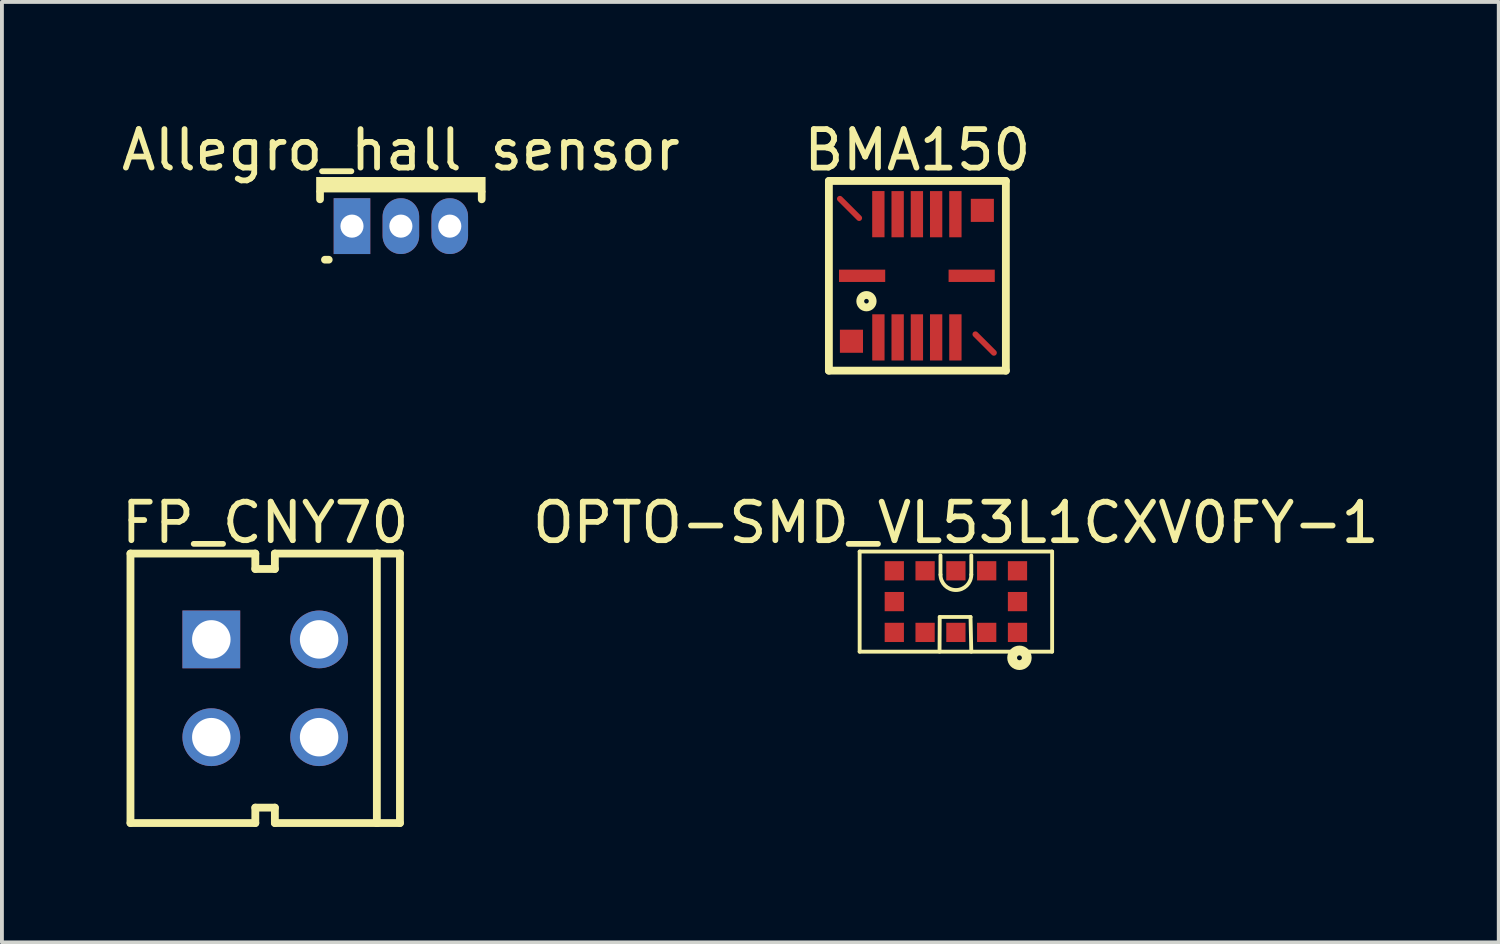
<source format=kicad_pcb>
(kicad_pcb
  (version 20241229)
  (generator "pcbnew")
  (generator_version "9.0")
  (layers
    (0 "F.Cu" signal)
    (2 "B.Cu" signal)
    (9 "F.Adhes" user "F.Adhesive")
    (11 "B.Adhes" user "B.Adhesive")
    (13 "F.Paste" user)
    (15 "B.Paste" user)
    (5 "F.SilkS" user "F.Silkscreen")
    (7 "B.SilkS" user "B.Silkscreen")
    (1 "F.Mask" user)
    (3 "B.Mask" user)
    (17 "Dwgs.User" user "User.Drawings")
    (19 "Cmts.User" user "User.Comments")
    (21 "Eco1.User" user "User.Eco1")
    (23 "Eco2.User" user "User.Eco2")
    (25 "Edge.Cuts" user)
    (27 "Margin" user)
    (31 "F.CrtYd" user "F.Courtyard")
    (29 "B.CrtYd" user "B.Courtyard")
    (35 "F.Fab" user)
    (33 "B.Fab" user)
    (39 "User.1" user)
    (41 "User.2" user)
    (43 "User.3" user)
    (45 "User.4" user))
  (footprint "FP_CNY70"
    (layer "F.Cu")
    (at 3.839 14.829)
    (property "Reference" "FP_CNY70" (at 0 -4.302 0) (layer "F.SilkS") (effects (font (size 1 1) (thickness 0.15))))
    (fp_line (start -3.5 -3.5) (end -0.257 -3.5) (stroke (width 0.203) (type solid)) (layer "F.SilkS"))
    (fp_line (start -3.5 3.5) (end -3.5 -3.5) (stroke (width 0.203) (type solid)) (layer "F.SilkS"))
    (fp_line (start -3.5 3.5) (end -0.257 3.5) (stroke (width 0.203) (type solid)) (layer "F.SilkS"))
    (fp_line (start -0.257 -3.1) (end -0.257 -3.5) (stroke (width 0.203) (type solid)) (layer "F.SilkS"))
    (fp_line (start -0.257 -3.1) (end 0.251 -3.1) (stroke (width 0.203) (type solid)) (layer "F.SilkS"))
    (fp_line (start -0.257 3.1) (end 0.251 3.1) (stroke (width 0.203) (type solid)) (layer "F.SilkS"))
    (fp_line (start -0.257 3.5) (end -0.257 3.1) (stroke (width 0.203) (type solid)) (layer "F.SilkS"))
    (fp_line (start 0.251 -3.5) (end 2.918 -3.5) (stroke (width 0.203) (type solid)) (layer "F.SilkS"))
    (fp_line (start 0.251 -3.1) (end 0.251 -3.5) (stroke (width 0.203) (type solid)) (layer "F.SilkS"))
    (fp_line (start 0.251 3.5) (end 0.251 3.1) (stroke (width 0.203) (type solid)) (layer "F.SilkS"))
    (fp_line (start 0.251 3.5) (end 2.918 3.5) (stroke (width 0.203) (type solid)) (layer "F.SilkS"))
    (fp_line (start 2.9 -3.5) (end 3.5 -3.5) (stroke (width 0.203) (type solid)) (layer "F.SilkS"))
    (fp_line (start 2.9 3.5) (end 2.9 -3.5) (stroke (width 0.203) (type solid)) (layer "F.SilkS"))
    (fp_line (start 2.9 3.5) (end 3.5 3.5) (stroke (width 0.203) (type solid)) (layer "F.SilkS"))
    (fp_line (start 3.5 3.5) (end 3.5 -3.5) (stroke (width 0.203) (type solid)) (layer "F.SilkS"))
    (pad "A" thru_hole rect (at -1.4 -1.27) (size 1.5 1.5) (drill 1) (layers "*.Cu" "*.Mask"))
    (pad "C" thru_hole circle (at 1.4 1.27) (size 1.5 1.5) (drill 1) (layers "*.Cu" "*.Mask"))
    (pad "E" thru_hole circle (at 1.4 -1.27) (size 1.5 1.5) (drill 1) (layers "*.Cu" "*.Mask"))
    (pad "K" thru_hole circle (at -1.4 1.27) (size 1.5 1.5) (drill 1) (layers "*.Cu" "*.Mask")))
  (footprint "BMA150"
    (layer "F.Cu")
    (at 20.767 4.114)
    (property "Reference" "BMA150" (at 0.013 -3.265 0) (layer "F.SilkS") (effects (font (size 1 1) (thickness 0.15))))
    (fp_line (start -2 -2) (end -1.5 -1.5) (stroke (width 0.152) (type solid)) (layer "F.Cu"))
    (fp_line (start 1.52 1.52) (end 2 2) (stroke (width 0.152) (type solid)) (layer "F.Cu"))
    (fp_line (start -2.286 -2.464) (end 2.311 -2.464) (stroke (width 0.203) (type solid)) (layer "F.SilkS"))
    (fp_line (start -2.286 2.464) (end -2.286 -2.464) (stroke (width 0.203) (type solid)) (layer "F.SilkS"))
    (fp_line (start -2.286 2.464) (end 2.311 2.464) (stroke (width 0.203) (type solid)) (layer "F.SilkS"))
    (fp_line (start 2.311 2.464) (end 2.311 -2.464) (stroke (width 0.203) (type solid)) (layer "F.SilkS"))
    (fp_circle (center -1.31 0.66) (end -1.31 0.6) (stroke (width 0.203) (type solid)) (fill no) (layer "F.SilkS"))
    (pad "" smd rect (at -1.7 1.7) (size 0.6 0.6) (layers "F.Cu"))
    (pad "" smd rect (at 1.7 -1.7) (size 0.6 0.6) (layers "F.Cu"))
    (pad "1" smd rect (at -1 1.6) (size 0.32 1.2) (layers "F.Cu" "F.Mask" "F.Paste"))
    (pad "2" smd rect (at -0.5 1.6) (size 0.32 1.2) (layers "F.Cu" "F.Mask" "F.Paste"))
    (pad "3" smd rect (at 0 1.6) (size 0.32 1.2) (layers "F.Cu" "F.Mask" "F.Paste"))
    (pad "4" smd rect (at 0.5 1.6) (size 0.32 1.2) (layers "F.Cu" "F.Mask" "F.Paste"))
    (pad "5" smd rect (at 1 1.6) (size 0.32 1.2) (layers "F.Cu" "F.Mask" "F.Paste"))
    (pad "6" smd rect (at 1 -1.6) (size 0.32 1.2) (layers "F.Cu" "F.Mask" "F.Paste"))
    (pad "7" smd rect (at 0.5 -1.6) (size 0.32 1.2) (layers "F.Cu" "F.Mask" "F.Paste"))
    (pad "8" smd rect (at 0 -1.6) (size 0.32 1.2) (layers "F.Cu" "F.Mask" "F.Paste"))
    (pad "9" smd rect (at -0.5 -1.6) (size 0.32 1.2) (layers "F.Cu" "F.Mask" "F.Paste"))
    (pad "10" smd rect (at -1.001 -1.601) (size 0.32 1.2) (layers "F.Cu" "F.Mask" "F.Paste"))
    (pad "11" smd rect (at -1.423 0) (size 1.2 0.32) (layers "F.Cu" "F.Mask" "F.Paste"))
    (pad "12" smd rect (at 1.423 0) (size 1.2 0.32) (layers "F.Cu" "F.Mask" "F.Paste")))
  (footprint "Allegro_hall sensor"
    (layer "F.Cu")
    (at 7.363 2.824)
    (property "Reference" "Allegro_hall sensor" (at 0 -1.976 0) (layer "F.SilkS") (effects (font (size 1 1) (thickness 0.15))))
    (fp_line (start -2.1 -0.696) (end -2.1 -0.876) (stroke (width 0.2) (type solid)) (layer "F.SilkS"))
    (fp_line (start -1.973 0.872) (end -1.873 0.872) (stroke (width 0.2) (type solid)) (layer "F.SilkS"))
    (fp_line (start 2.1 -0.696) (end 2.1 -0.876) (stroke (width 0.2) (type solid)) (layer "F.SilkS"))
    (fp_rect (start -2.2 -0.876) (end 2.2 -1.276) (stroke (width 0) (type default)) (fill yes) (layer "F.SilkS"))
    (fp_rect (start -2.1 -0.876) (end 2.1 -0.876) (stroke (width 0) (type default)) (fill yes) (layer "F.SilkS"))
    (pad "+" thru_hole rect (at -1.27 0) (size 0.95 1.45) (drill 0.6) (layers "*.Cu" "*.Mask"))
    (pad "-" thru_hole oval (at 0 0) (size 0.95 1.45) (drill 0.6) (layers "*.Cu" "*.Mask"))
    (pad "o" thru_hole oval (at 1.27 0) (size 0.95 1.45) (drill 0.6) (layers "*.Cu" "*.Mask")))
  (footprint "OPTO-SMD_VL53L1CXV0FY-1"
    (layer "F.Cu")
    (at 21.78 12.577)
    (property "Reference" "OPTO-SMD_VL53L1CXV0FY-1" (at 0 -2.05 0) (layer "F.SilkS") (effects (font (size 1 1) (thickness 0.15))))
    (fp_line (start -2.5 -1.3) (end 2.5 -1.3) (stroke (width 0.1) (type solid)) (layer "F.SilkS"))
    (fp_line (start -2.5 1.3) (end -2.5 -1.3) (stroke (width 0.1) (type solid)) (layer "F.SilkS"))
    (fp_line (start -2.5 1.3) (end 2.5 1.3) (stroke (width 0.1) (type solid)) (layer "F.SilkS"))
    (fp_line (start -0.425 1.3) (end -0.42 0.399) (stroke (width 0.1) (type solid)) (layer "F.SilkS"))
    (fp_line (start -0.42 0.399) (end 0.38 0.399) (stroke (width 0.1) (type solid)) (layer "F.SilkS"))
    (fp_line (start -0.4 -0.7) (end -0.4 -1.2) (stroke (width 0.1) (type solid)) (layer "F.SilkS"))
    (fp_line (start 0.38 0.399) (end 0.4 1.3) (stroke (width 0.1) (type solid)) (layer "F.SilkS"))
    (fp_line (start 0.4 -0.7) (end 0.4 -1.2) (stroke (width 0.1) (type solid)) (layer "F.SilkS"))
    (fp_line (start 2.5 1.3) (end 2.5 -1.3) (stroke (width 0.1) (type solid)) (layer "F.SilkS"))
    (fp_arc (start 0.40003 -0.70005) (mid 0.00003 -0.30005) (end -0.39997 -0.70005) (stroke (width 0.1) (type solid)) (layer "F.SilkS"))
    (fp_circle (center 1.651 1.46) (end 1.651 1.397) (stroke (width 0.254) (type solid)) (fill no) (layer "F.SilkS"))
    (fp_line (start -2.45 -1.25) (end 2.45 -1.25) (stroke (width 0.051) (type solid)) (layer "Eco2.User"))
    (fp_line (start -2.45 1.25) (end -2.45 -1.25) (stroke (width 0.051) (type solid)) (layer "Eco2.User"))
    (fp_line (start -2.45 1.25) (end 2.45 1.25) (stroke (width 0.051) (type solid)) (layer "Eco2.User"))
    (fp_line (start 2.45 1.25) (end 2.45 -1.25) (stroke (width 0.051) (type solid)) (layer "Eco2.User"))
    (fp_poly (pts (xy -1.85 -1.05) (xy -1.35 -1.05) (xy -1.35 -0.55) (xy -1.85 -0.55)) (stroke (width 0.1) (type default)) (fill no) (layer "Eco2.User"))
    (fp_poly (pts (xy -1.85 -0.25) (xy -1.35 -0.25) (xy -1.35 0.25) (xy -1.85 0.25)) (stroke (width 0.1) (type default)) (fill no) (layer "Eco2.User"))
    (fp_poly (pts (xy -1.85 0.55) (xy -1.35 0.55) (xy -1.35 1.05) (xy -1.85 1.05)) (stroke (width 0.1) (type default)) (fill no) (layer "Eco2.User"))
    (fp_poly (pts (xy -1.05 -1.05) (xy -0.55 -1.05) (xy -0.55 -0.55) (xy -1.05 -0.55)) (stroke (width 0.1) (type default)) (fill no) (layer "Eco2.User"))
    (fp_poly (pts (xy -1.05 0.55) (xy -0.55 0.55) (xy -0.55 1.05) (xy -1.05 1.05)) (stroke (width 0.1) (type default)) (fill no) (layer "Eco2.User"))
    (fp_poly (pts (xy -0.25 -1.05) (xy 0.25 -1.05) (xy 0.25 -0.55) (xy -0.25 -0.55)) (stroke (width 0.1) (type default)) (fill no) (layer "Eco2.User"))
    (fp_poly (pts (xy -0.25 0.55) (xy 0.25 0.55) (xy 0.25 1.05) (xy -0.25 1.05)) (stroke (width 0.1) (type default)) (fill no) (layer "Eco2.User"))
    (fp_poly (pts (xy 0.55 -1.05) (xy 1.05 -1.05) (xy 1.05 -0.55) (xy 0.55 -0.55)) (stroke (width 0.1) (type default)) (fill no) (layer "Eco2.User"))
    (fp_poly (pts (xy 0.55 0.55) (xy 1.05 0.55) (xy 1.05 1.05) (xy 0.55 1.05)) (stroke (width 0.1) (type default)) (fill no) (layer "Eco2.User"))
    (fp_poly (pts (xy 1.35 -1.05) (xy 1.85 -1.05) (xy 1.85 -0.55) (xy 1.35 -0.55)) (stroke (width 0.1) (type default)) (fill no) (layer "Eco2.User"))
    (fp_poly (pts (xy 1.35 -0.25) (xy 1.85 -0.25) (xy 1.85 0.25) (xy 1.35 0.25)) (stroke (width 0.1) (type default)) (fill no) (layer "Eco2.User"))
    (fp_poly (pts (xy 1.35 0.55) (xy 1.85 0.55) (xy 1.85 1.05) (xy 1.35 1.05)) (stroke (width 0.1) (type default)) (fill no) (layer "Eco2.User"))
    (fp_poly (pts (xy 2.51 1.25) (xy 2.51 1.225) (xy 2.475 1.19) (xy 2.425 1.19) (xy 2.39 1.225) (xy 2.39 1.25) (xy 2.39 1.275) (xy 2.425 1.31) (xy 2.475 1.31) (xy 2.51 1.275)) (stroke (width 0.1) (type default)) (fill no) (layer "Eco2.User"))
    (fp_circle (center 1.651 1.397) (end 1.651 1.27) (stroke (width 0.254) (type solid)) (fill no) (layer "User.6"))
    (fp_poly (pts (xy -0.458 -0.7) (xy -0.458 -1.2) (xy -0.457 -1.22) (xy -0.428 -1.248) (xy -0.387 -1.248) (xy -0.358 -1.22) (xy -0.358 -1.2) (xy -0.358 -0.7) (xy -0.358 -0.68) (xy -0.387 -0.652) (xy -0.428 -0.652) (xy -0.457 -0.68)) (stroke (width 0.1) (type default)) (fill no) (layer "User.6"))
    (fp_poly (pts (xy 0.342 -0.7) (xy 0.342 -1.2) (xy 0.343 -1.22) (xy 0.372 -1.249) (xy 0.413 -1.249) (xy 0.442 -1.22) (xy 0.442 -1.2) (xy 0.442 -0.7) (xy 0.442 -0.68) (xy 0.413 -0.651) (xy 0.372 -0.651) (xy 0.343 -0.68)) (stroke (width 0.1) (type default)) (fill no) (layer "User.6"))
    (fp_poly (pts (xy 0.329 1.195) (xy 0.329 0.445) (xy -0.371 0.445) (xy -0.371 1.195) (xy -0.372 1.216) (xy -0.401 1.244) (xy -0.442 1.244) (xy -0.471 1.216) (xy -0.471 1.195) (xy -0.471 0.395) (xy -0.471 0.385) (xy -0.464 0.367) (xy -0.45 0.353) (xy -0.431 0.345) (xy -0.421 0.345) (xy 0.379 0.345) (xy 0.389 0.345) (xy 0.407 0.353) (xy 0.421 0.367) (xy 0.429 0.385) (xy 0.429 0.395) (xy 0.429 1.195) (xy 0.428 1.216) (xy 0.399 1.244) (xy 0.358 1.244) (xy 0.329 1.216)) (stroke (width 0.1) (type default)) (fill no) (layer "User.6"))
    (fp_poly (pts (xy -0.358 -0.7) (xy -0.351 -0.632) (xy -0.299 -0.506) (xy -0.202 -0.409) (xy -0.076 -0.357) (xy 0.061 -0.357) (xy 0.187 -0.409) (xy 0.283 -0.506) (xy 0.336 -0.632) (xy 0.342 -0.7) (xy 0.342 -0.721) (xy 0.371 -0.751) (xy 0.413 -0.751) (xy 0.443 -0.721) (xy 0.442 -0.7) (xy 0.442 -0.611) (xy 0.374 -0.445) (xy 0.247 -0.319) (xy 0.082 -0.25) (xy -0.097 -0.25) (xy -0.263 -0.319) (xy -0.389 -0.445) (xy -0.458 -0.611) (xy -0.458 -0.7) (xy -0.458 -0.721) (xy -0.429 -0.752) (xy -0.386 -0.752) (xy -0.357 -0.721)) (stroke (width 0.1) (type default)) (fill no) (layer "User.6"))
    (pad "1" smd rect (at 1.6 0.8) (size 0.5 0.5) (layers "F.Cu" "F.Mask" "F.Paste"))
    (pad "2" smd rect (at 0.8 0.8) (size 0.5 0.5) (layers "F.Cu" "F.Mask" "F.Paste"))
    (pad "3" smd rect (at 0 0.8) (size 0.5 0.5) (layers "F.Cu" "F.Mask" "F.Paste"))
    (pad "4" smd rect (at -0.8 0.8) (size 0.5 0.5) (layers "F.Cu" "F.Mask" "F.Paste"))
    (pad "5" smd rect (at -1.6 0.8) (size 0.5 0.5) (layers "F.Cu" "F.Mask" "F.Paste"))
    (pad "6" smd rect (at -1.6 -0.00013) (size 0.5 0.5) (layers "F.Cu" "F.Mask" "F.Paste"))
    (pad "7" smd rect (at -1.6 -0.8) (size 0.5 0.5) (layers "F.Cu" "F.Mask" "F.Paste"))
    (pad "8" smd rect (at -0.8 -0.8) (size 0.5 0.5) (layers "F.Cu" "F.Mask" "F.Paste"))
    (pad "9" smd rect (at 0 -0.8) (size 0.5 0.5) (layers "F.Cu" "F.Mask" "F.Paste"))
    (pad "10" smd rect (at 0.8 -0.8) (size 0.5 0.5) (layers "F.Cu" "F.Mask" "F.Paste"))
    (pad "11" smd rect (at 1.6 -0.8) (size 0.5 0.5) (layers "F.Cu" "F.Mask" "F.Paste"))
    (pad "12" smd rect (at 1.6 -0.00013) (size 0.5 0.5) (layers "F.Cu" "F.Mask" "F.Paste")))
  (gr_rect
    (start -3 -3)
    (end 35.881 21.43)
    (stroke (width 0.1) (type default))
    (fill no)
    (layer "Edge.Cuts")))
</source>
